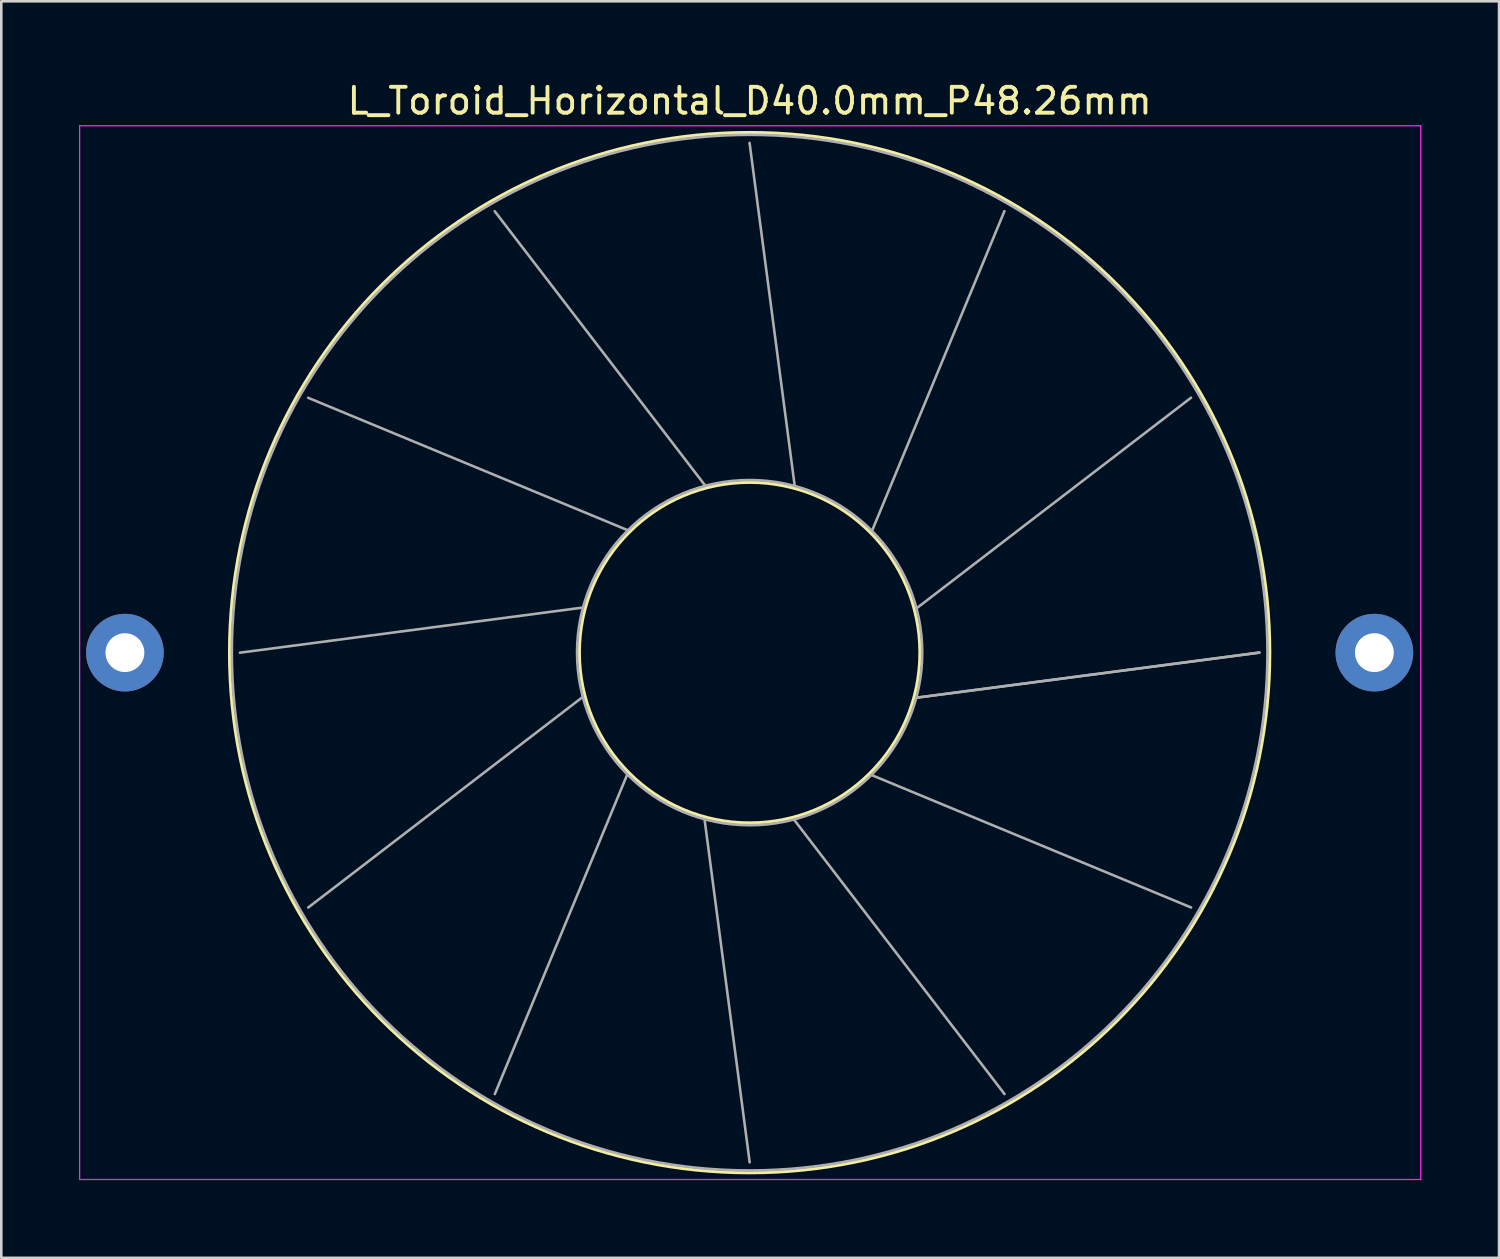
<source format=kicad_pcb>
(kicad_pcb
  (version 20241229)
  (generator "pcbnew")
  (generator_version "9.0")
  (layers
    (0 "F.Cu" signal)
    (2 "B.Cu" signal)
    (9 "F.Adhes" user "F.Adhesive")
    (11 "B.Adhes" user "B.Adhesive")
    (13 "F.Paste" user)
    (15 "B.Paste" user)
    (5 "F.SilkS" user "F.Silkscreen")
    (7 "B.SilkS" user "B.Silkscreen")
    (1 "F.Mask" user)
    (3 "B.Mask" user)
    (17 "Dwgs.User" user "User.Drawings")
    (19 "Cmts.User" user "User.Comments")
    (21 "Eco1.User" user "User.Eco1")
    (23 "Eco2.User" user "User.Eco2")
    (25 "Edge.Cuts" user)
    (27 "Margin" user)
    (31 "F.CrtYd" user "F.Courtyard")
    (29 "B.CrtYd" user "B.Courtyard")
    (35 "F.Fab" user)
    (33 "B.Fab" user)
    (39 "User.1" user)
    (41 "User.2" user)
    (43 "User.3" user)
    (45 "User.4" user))
  (footprint "L_Toroid_Horizontal_D40.0mm_P48.26mm"
    (layer "F.Cu")
    (at 1.775 22.158)
    (property "Reference" "L_Toroid_Horizontal_D40.0mm_P48.26mm" (at 24.13 -21.31 0) (layer "F.SilkS") (effects (font (size 1 1) (thickness 0.15))))
    (attr through_hole)
    (fp_circle (center 24.13 0) (end 30.707 0) (stroke (width 0.12) (type solid)) (fill no) (layer "F.SilkS"))
    (fp_circle (center 24.13 0) (end 44.22 0) (stroke (width 0.12) (type solid)) (fill no) (layer "F.SilkS"))
    (fp_line (start -1.75 -20.35) (end -1.75 20.35) (stroke (width 0.05) (type solid)) (layer "F.CrtYd"))
    (fp_line (start -1.75 20.35) (end 50.05 20.35) (stroke (width 0.05) (type solid)) (layer "F.CrtYd"))
    (fp_line (start 50.05 -20.35) (end -1.75 -20.35) (stroke (width 0.05) (type solid)) (layer "F.CrtYd"))
    (fp_line (start 50.05 20.35) (end 50.05 -20.35) (stroke (width 0.05) (type solid)) (layer "F.CrtYd"))
    (fp_line (start 4.442 0.002) (end 17.65 -1.736) (stroke (width 0.1) (type solid)) (layer "F.Fab"))
    (fp_line (start 7.078 -9.842) (end 19.386 -4.743) (stroke (width 0.1) (type solid)) (layer "F.Fab"))
    (fp_line (start 7.08 9.845) (end 17.651 1.737) (stroke (width 0.1) (type solid)) (layer "F.Fab"))
    (fp_line (start 14.284 -17.049) (end 22.393 -6.479) (stroke (width 0.1) (type solid)) (layer "F.Fab"))
    (fp_line (start 14.287 17.051) (end 19.387 4.744) (stroke (width 0.1) (type solid)) (layer "F.Fab"))
    (fp_line (start 24.127 -19.688) (end 25.865 -6.48) (stroke (width 0.1) (type solid)) (layer "F.Fab"))
    (fp_line (start 24.131 19.688) (end 22.394 6.48) (stroke (width 0.1) (type solid)) (layer "F.Fab"))
    (fp_line (start 33.971 -17.052) (end 28.873 -4.744) (stroke (width 0.1) (type solid)) (layer "F.Fab"))
    (fp_line (start 33.975 17.05) (end 25.866 6.48) (stroke (width 0.1) (type solid)) (layer "F.Fab"))
    (fp_line (start 41.179 -9.847) (end 30.609 -1.737) (stroke (width 0.1) (type solid)) (layer "F.Fab"))
    (fp_line (start 41.181 9.844) (end 28.874 4.743) (stroke (width 0.1) (type solid)) (layer "F.Fab"))
    (fp_line (start 43.818 -0.004) (end 30.61 1.735) (stroke (width 0.1) (type solid)) (layer "F.Fab"))
    (fp_line (start 43.818 0) (end 30.61 1.736) (stroke (width 0.1) (type solid)) (layer "F.Fab"))
    (fp_circle (center 24.13 0) (end 30.797 0) (stroke (width 0.1) (type solid)) (fill no) (layer "F.Fab"))
    (fp_circle (center 24.13 0) (end 44.13 0) (stroke (width 0.1) (type solid)) (fill no) (layer "F.Fab"))
    (pad "1" thru_hole circle (at 0 0) (size 3 3) (drill 1.5) (layers "*.Cu" "*.Mask"))
    (pad "2" thru_hole circle (at 48.26 0) (size 3 3) (drill 1.5) (layers "*.Cu" "*.Mask")))
  (gr_rect
    (start -3 -3)
    (end 54.85 45.533)
    (stroke (width 0.1) (type default))
    (fill no)
    (layer "Edge.Cuts")))
</source>
